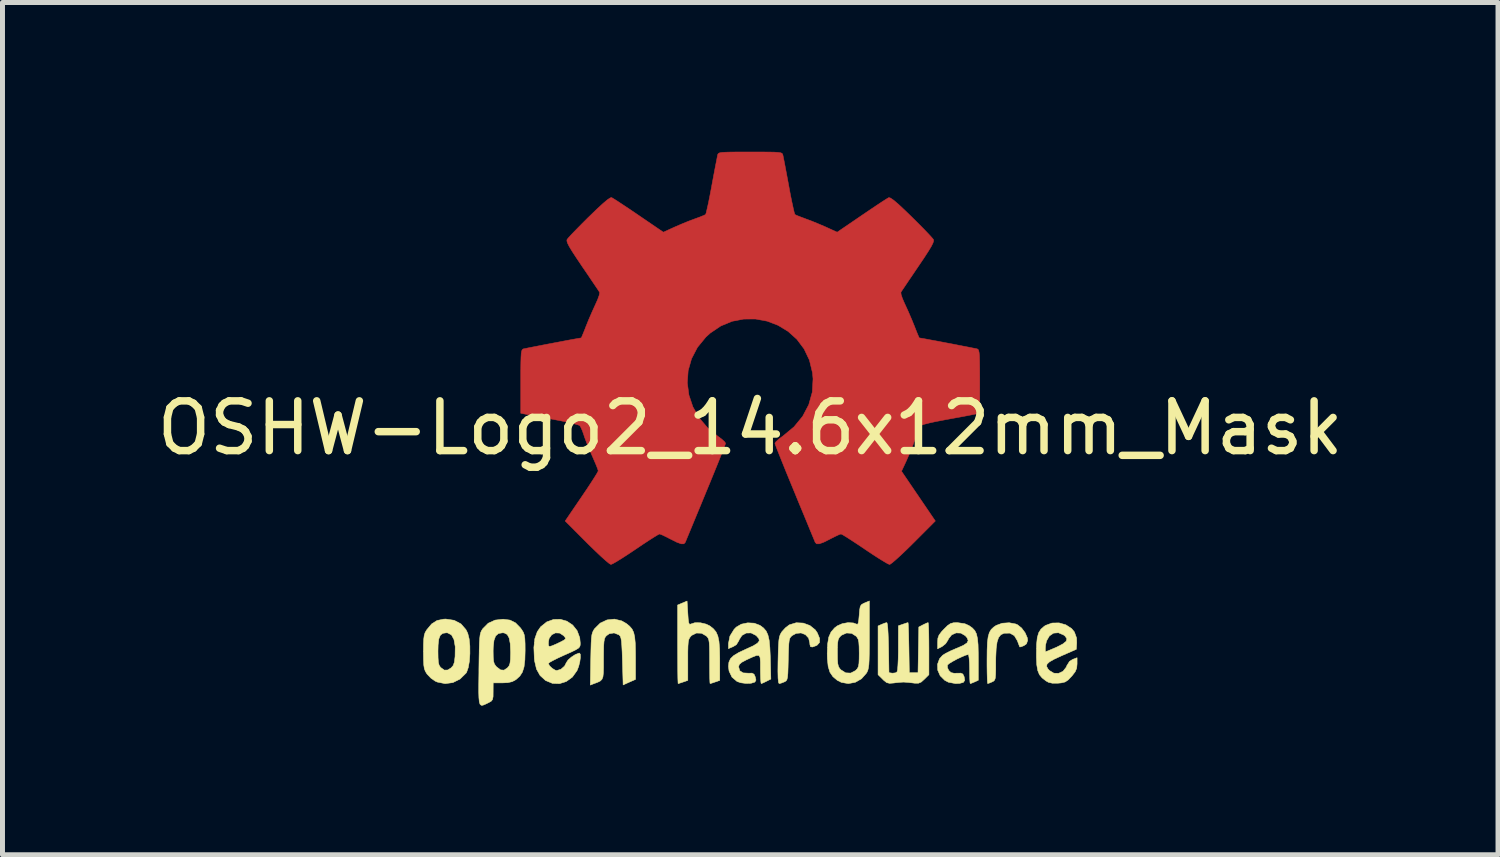
<source format=kicad_pcb>
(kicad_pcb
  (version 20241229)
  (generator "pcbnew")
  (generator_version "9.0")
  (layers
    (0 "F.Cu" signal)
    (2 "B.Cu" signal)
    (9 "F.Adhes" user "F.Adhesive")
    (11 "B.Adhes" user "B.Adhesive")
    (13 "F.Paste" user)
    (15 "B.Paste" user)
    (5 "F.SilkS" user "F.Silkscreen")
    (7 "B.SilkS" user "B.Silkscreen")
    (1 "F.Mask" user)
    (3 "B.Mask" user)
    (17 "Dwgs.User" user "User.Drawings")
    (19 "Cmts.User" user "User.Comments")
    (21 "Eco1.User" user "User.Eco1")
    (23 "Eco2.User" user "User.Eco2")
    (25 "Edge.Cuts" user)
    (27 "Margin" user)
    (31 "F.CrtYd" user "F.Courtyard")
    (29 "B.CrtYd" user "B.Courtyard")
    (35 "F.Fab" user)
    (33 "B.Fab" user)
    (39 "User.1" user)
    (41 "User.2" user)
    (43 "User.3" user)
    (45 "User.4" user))
  (footprint "OSHW-Logo2_14.6x12mm_Mask"
    (layer "F.Cu")
    (at 12.03 5.552)
    (property "Reference" "OSHW-Logo2_14.6x12mm_Mask" (at 0 0 0) (layer "F.SilkS") (effects (font (size 1 1) (thickness 0.15))))
    (attr exclude_from_pos_files exclude_from_bom)
    (fp_poly (pts (xy 0.209 -5.547) (xy 0.367 -5.546) (xy 0.481 -5.544) (xy 0.559 -5.539) (xy 0.609 -5.532) (xy 0.636 -5.521) (xy 0.65 -5.505) (xy 0.656 -5.484) (xy 0.657 -5.481) (xy 0.667 -5.433) (xy 0.686 -5.337) (xy 0.711 -5.204) (xy 0.741 -5.045) (xy 0.774 -4.868) (xy 0.775 -4.862) (xy 0.807 -4.689) (xy 0.838 -4.537) (xy 0.865 -4.413) (xy 0.885 -4.328) (xy 0.898 -4.291) (xy 0.898 -4.29) (xy 0.935 -4.272) (xy 1.011 -4.242) (xy 1.109 -4.206) (xy 1.109 -4.205) (xy 1.233 -4.159) (xy 1.379 -4.099) (xy 1.517 -4.04) (xy 1.523 -4.037) (xy 1.747 -3.935) (xy 2.244 -4.274) (xy 2.396 -4.377) (xy 2.534 -4.47) (xy 2.649 -4.546) (xy 2.735 -4.601) (xy 2.782 -4.629) (xy 2.786 -4.631) (xy 2.82 -4.621) (xy 2.884 -4.577) (xy 2.98 -4.495) (xy 3.11 -4.373) (xy 3.243 -4.244) (xy 3.372 -4.116) (xy 3.487 -4) (xy 3.581 -3.902) (xy 3.648 -3.829) (xy 3.681 -3.79) (xy 3.682 -3.788) (xy 3.686 -3.76) (xy 3.672 -3.716) (xy 3.638 -3.648) (xy 3.579 -3.551) (xy 3.493 -3.418) (xy 3.378 -3.248) (xy 3.276 -3.097) (xy 3.185 -2.963) (xy 3.11 -2.851) (xy 3.056 -2.771) (xy 3.029 -2.73) (xy 3.028 -2.727) (xy 3.031 -2.687) (xy 3.056 -2.61) (xy 3.098 -2.511) (xy 3.113 -2.479) (xy 3.178 -2.337) (xy 3.247 -2.176) (xy 3.304 -2.036) (xy 3.344 -1.933) (xy 3.377 -1.854) (xy 3.395 -1.813) (xy 3.397 -1.81) (xy 3.432 -1.805) (xy 3.513 -1.791) (xy 3.629 -1.769) (xy 3.771 -1.743) (xy 3.927 -1.713) (xy 4.087 -1.683) (xy 4.239 -1.653) (xy 4.374 -1.627) (xy 4.479 -1.606) (xy 4.546 -1.593) (xy 4.562 -1.589) (xy 4.579 -1.579) (xy 4.591 -1.557) (xy 4.6 -1.516) (xy 4.607 -1.449) (xy 4.61 -1.347) (xy 4.612 -1.204) (xy 4.613 -1.013) (xy 4.613 -0.934) (xy 4.613 -0.296) (xy 4.46 -0.266) (xy 4.374 -0.249) (xy 4.247 -0.225) (xy 4.093 -0.197) (xy 3.929 -0.167) (xy 3.883 -0.158) (xy 3.731 -0.129) (xy 3.598 -0.1) (xy 3.497 -0.074) (xy 3.437 -0.054) (xy 3.427 -0.048) (xy 3.402 -0.005) (xy 3.367 0.076) (xy 3.328 0.182) (xy 3.32 0.204) (xy 3.269 0.345) (xy 3.206 0.504) (xy 3.144 0.646) (xy 3.144 0.647) (xy 3.04 0.87) (xy 3.72 1.87) (xy 3.284 2.307) (xy 3.152 2.437) (xy 3.031 2.552) (xy 2.929 2.645) (xy 2.852 2.711) (xy 2.807 2.742) (xy 2.801 2.744) (xy 2.763 2.729) (xy 2.686 2.684) (xy 2.577 2.617) (xy 2.447 2.533) (xy 2.305 2.438) (xy 2.161 2.341) (xy 2.033 2.257) (xy 1.929 2.19) (xy 1.857 2.147) (xy 1.824 2.131) (xy 1.785 2.144) (xy 1.71 2.179) (xy 1.614 2.227) (xy 1.604 2.233) (xy 1.476 2.297) (xy 1.389 2.328) (xy 1.334 2.329) (xy 1.306 2.3) (xy 1.305 2.299) (xy 1.291 2.264) (xy 1.257 2.182) (xy 1.206 2.059) (xy 1.141 1.9) (xy 1.064 1.714) (xy 0.977 1.505) (xy 0.894 1.302) (xy 0.802 1.079) (xy 0.717 0.872) (xy 0.643 0.688) (xy 0.581 0.533) (xy 0.534 0.414) (xy 0.505 0.336) (xy 0.496 0.307) (xy 0.519 0.274) (xy 0.577 0.221) (xy 0.656 0.163) (xy 0.879 -0.022) (xy 1.053 -0.234) (xy 1.176 -0.468) (xy 1.247 -0.721) (xy 1.262 -0.987) (xy 1.251 -1.109) (xy 1.189 -1.364) (xy 1.082 -1.589) (xy 0.937 -1.782) (xy 0.76 -1.941) (xy 0.559 -2.063) (xy 0.339 -2.147) (xy 0.107 -2.19) (xy -0.13 -2.189) (xy -0.365 -2.144) (xy -0.592 -2.05) (xy -0.804 -1.907) (xy -0.892 -1.827) (xy -1.062 -1.619) (xy -1.18 -1.392) (xy -1.248 -1.153) (xy -1.265 -0.907) (xy -1.233 -0.662) (xy -1.153 -0.424) (xy -1.025 -0.2) (xy -0.851 0.003) (xy -0.656 0.163) (xy -0.574 0.224) (xy -0.517 0.276) (xy -0.496 0.307) (xy -0.507 0.342) (xy -0.538 0.423) (xy -0.586 0.546) (xy -0.649 0.704) (xy -0.725 0.891) (xy -0.81 1.099) (xy -0.894 1.302) (xy -0.986 1.526) (xy -1.072 1.733) (xy -1.148 1.917) (xy -1.212 2.072) (xy -1.262 2.192) (xy -1.294 2.27) (xy -1.306 2.299) (xy -1.334 2.329) (xy -1.388 2.329) (xy -1.476 2.297) (xy -1.603 2.233) (xy -1.604 2.233) (xy -1.701 2.183) (xy -1.778 2.147) (xy -1.822 2.131) (xy -1.824 2.131) (xy -1.857 2.147) (xy -1.93 2.191) (xy -2.035 2.258) (xy -2.163 2.342) (xy -2.305 2.438) (xy -2.45 2.535) (xy -2.58 2.619) (xy -2.688 2.686) (xy -2.764 2.729) (xy -2.801 2.744) (xy -2.835 2.724) (xy -2.902 2.669) (xy -2.997 2.584) (xy -3.112 2.475) (xy -3.242 2.349) (xy -3.284 2.307) (xy -3.72 1.87) (xy -3.388 1.382) (xy -3.287 1.233) (xy -3.198 1.098) (xy -3.127 0.987) (xy -3.078 0.907) (xy -3.056 0.865) (xy -3.056 0.862) (xy -3.067 0.823) (xy -3.098 0.744) (xy -3.143 0.639) (xy -3.174 0.568) (xy -3.233 0.433) (xy -3.289 0.296) (xy -3.332 0.181) (xy -3.343 0.146) (xy -3.376 0.052) (xy -3.409 -0.02) (xy -3.427 -0.048) (xy -3.466 -0.064) (xy -3.552 -0.088) (xy -3.673 -0.116) (xy -3.818 -0.146) (xy -3.883 -0.158) (xy -4.048 -0.189) (xy -4.206 -0.218) (xy -4.343 -0.243) (xy -4.441 -0.262) (xy -4.46 -0.266) (xy -4.613 -0.296) (xy -4.613 -0.934) (xy -4.613 -1.144) (xy -4.611 -1.303) (xy -4.608 -1.418) (xy -4.603 -1.497) (xy -4.595 -1.546) (xy -4.583 -1.573) (xy -4.568 -1.586) (xy -4.562 -1.589) (xy -4.524 -1.597) (xy -4.44 -1.614) (xy -4.321 -1.637) (xy -4.178 -1.665) (xy -4.022 -1.695) (xy -3.862 -1.725) (xy -3.711 -1.754) (xy -3.578 -1.779) (xy -3.475 -1.797) (xy -3.412 -1.808) (xy -3.397 -1.81) (xy -3.385 -1.835) (xy -3.357 -1.902) (xy -3.318 -1.999) (xy -3.304 -2.036) (xy -3.245 -2.182) (xy -3.175 -2.343) (xy -3.113 -2.479) (xy -3.067 -2.582) (xy -3.036 -2.668) (xy -3.026 -2.72) (xy -3.028 -2.727) (xy -3.049 -2.76) (xy -3.098 -2.833) (xy -3.17 -2.939) (xy -3.258 -3.07) (xy -3.359 -3.218) (xy -3.379 -3.247) (xy -3.495 -3.42) (xy -3.581 -3.552) (xy -3.639 -3.648) (xy -3.673 -3.716) (xy -3.686 -3.76) (xy -3.683 -3.787) (xy -3.683 -3.787) (xy -3.654 -3.823) (xy -3.59 -3.893) (xy -3.498 -3.988) (xy -3.385 -4.103) (xy -3.258 -4.23) (xy -3.243 -4.244) (xy -3.083 -4.399) (xy -2.959 -4.513) (xy -2.87 -4.588) (xy -2.812 -4.626) (xy -2.786 -4.631) (xy -2.749 -4.609) (xy -2.671 -4.56) (xy -2.562 -4.488) (xy -2.428 -4.399) (xy -2.279 -4.298) (xy -2.244 -4.274) (xy -1.747 -3.935) (xy -1.523 -4.037) (xy -1.387 -4.096) (xy -1.241 -4.156) (xy -1.115 -4.203) (xy -1.109 -4.205) (xy -1.011 -4.241) (xy -0.935 -4.272) (xy -0.898 -4.29) (xy -0.898 -4.29) (xy -0.886 -4.323) (xy -0.867 -4.405) (xy -0.84 -4.525) (xy -0.81 -4.676) (xy -0.777 -4.848) (xy -0.775 -4.862) (xy -0.742 -5.039) (xy -0.712 -5.199) (xy -0.686 -5.333) (xy -0.667 -5.43) (xy -0.657 -5.481) (xy -0.657 -5.481) (xy -0.651 -5.503) (xy -0.638 -5.519) (xy -0.613 -5.531) (xy -0.566 -5.539) (xy -0.492 -5.543) (xy -0.382 -5.546) (xy -0.229 -5.547) (xy -0.026 -5.547) (xy 0 -5.547) (xy 0.209 -5.547)) (stroke (width 0.01) (type solid)) (fill yes) (layer "F.Cu"))
    (fp_poly (pts (xy 0.209 -5.547) (xy 0.367 -5.546) (xy 0.481 -5.544) (xy 0.559 -5.539) (xy 0.609 -5.532) (xy 0.636 -5.521) (xy 0.65 -5.505) (xy 0.656 -5.484) (xy 0.657 -5.481) (xy 0.667 -5.433) (xy 0.686 -5.337) (xy 0.711 -5.204) (xy 0.741 -5.045) (xy 0.774 -4.868) (xy 0.775 -4.862) (xy 0.807 -4.689) (xy 0.838 -4.537) (xy 0.865 -4.413) (xy 0.885 -4.328) (xy 0.898 -4.291) (xy 0.898 -4.29) (xy 0.935 -4.272) (xy 1.011 -4.242) (xy 1.109 -4.206) (xy 1.109 -4.205) (xy 1.233 -4.159) (xy 1.379 -4.099) (xy 1.517 -4.04) (xy 1.523 -4.037) (xy 1.747 -3.935) (xy 2.244 -4.274) (xy 2.396 -4.377) (xy 2.534 -4.47) (xy 2.649 -4.546) (xy 2.735 -4.601) (xy 2.782 -4.629) (xy 2.786 -4.631) (xy 2.82 -4.621) (xy 2.884 -4.577) (xy 2.98 -4.495) (xy 3.11 -4.373) (xy 3.243 -4.244) (xy 3.372 -4.116) (xy 3.487 -4) (xy 3.581 -3.902) (xy 3.648 -3.829) (xy 3.681 -3.79) (xy 3.682 -3.788) (xy 3.686 -3.76) (xy 3.672 -3.716) (xy 3.638 -3.648) (xy 3.579 -3.551) (xy 3.493 -3.418) (xy 3.378 -3.248) (xy 3.276 -3.097) (xy 3.185 -2.963) (xy 3.11 -2.851) (xy 3.056 -2.771) (xy 3.029 -2.73) (xy 3.028 -2.727) (xy 3.031 -2.687) (xy 3.056 -2.61) (xy 3.098 -2.511) (xy 3.113 -2.479) (xy 3.178 -2.337) (xy 3.247 -2.176) (xy 3.304 -2.036) (xy 3.344 -1.933) (xy 3.377 -1.854) (xy 3.395 -1.813) (xy 3.397 -1.81) (xy 3.432 -1.805) (xy 3.513 -1.791) (xy 3.629 -1.769) (xy 3.771 -1.743) (xy 3.927 -1.713) (xy 4.087 -1.683) (xy 4.239 -1.653) (xy 4.374 -1.627) (xy 4.479 -1.606) (xy 4.546 -1.593) (xy 4.562 -1.589) (xy 4.579 -1.579) (xy 4.591 -1.557) (xy 4.6 -1.516) (xy 4.607 -1.449) (xy 4.61 -1.347) (xy 4.612 -1.204) (xy 4.613 -1.013) (xy 4.613 -0.934) (xy 4.613 -0.296) (xy 4.46 -0.266) (xy 4.374 -0.249) (xy 4.247 -0.225) (xy 4.093 -0.197) (xy 3.929 -0.167) (xy 3.883 -0.158) (xy 3.731 -0.129) (xy 3.598 -0.1) (xy 3.497 -0.074) (xy 3.437 -0.054) (xy 3.427 -0.048) (xy 3.402 -0.005) (xy 3.367 0.076) (xy 3.328 0.182) (xy 3.32 0.204) (xy 3.269 0.345) (xy 3.206 0.504) (xy 3.144 0.646) (xy 3.144 0.647) (xy 3.04 0.87) (xy 3.72 1.87) (xy 3.284 2.307) (xy 3.152 2.437) (xy 3.031 2.552) (xy 2.929 2.645) (xy 2.852 2.711) (xy 2.807 2.742) (xy 2.801 2.744) (xy 2.763 2.729) (xy 2.686 2.684) (xy 2.577 2.617) (xy 2.447 2.533) (xy 2.305 2.438) (xy 2.161 2.341) (xy 2.033 2.257) (xy 1.929 2.19) (xy 1.857 2.147) (xy 1.824 2.131) (xy 1.785 2.144) (xy 1.71 2.179) (xy 1.614 2.227) (xy 1.604 2.233) (xy 1.476 2.297) (xy 1.389 2.328) (xy 1.334 2.329) (xy 1.306 2.3) (xy 1.305 2.299) (xy 1.291 2.264) (xy 1.257 2.182) (xy 1.206 2.059) (xy 1.141 1.9) (xy 1.064 1.714) (xy 0.977 1.505) (xy 0.894 1.302) (xy 0.802 1.079) (xy 0.717 0.872) (xy 0.643 0.688) (xy 0.581 0.533) (xy 0.534 0.414) (xy 0.505 0.336) (xy 0.496 0.307) (xy 0.519 0.274) (xy 0.577 0.221) (xy 0.656 0.163) (xy 0.879 -0.022) (xy 1.053 -0.234) (xy 1.176 -0.468) (xy 1.247 -0.721) (xy 1.262 -0.987) (xy 1.251 -1.109) (xy 1.189 -1.364) (xy 1.082 -1.589) (xy 0.937 -1.782) (xy 0.76 -1.941) (xy 0.559 -2.063) (xy 0.339 -2.147) (xy 0.107 -2.19) (xy -0.13 -2.189) (xy -0.365 -2.144) (xy -0.592 -2.05) (xy -0.804 -1.907) (xy -0.892 -1.827) (xy -1.062 -1.619) (xy -1.18 -1.392) (xy -1.248 -1.153) (xy -1.265 -0.907) (xy -1.233 -0.662) (xy -1.153 -0.424) (xy -1.025 -0.2) (xy -0.851 0.003) (xy -0.656 0.163) (xy -0.574 0.224) (xy -0.517 0.276) (xy -0.496 0.307) (xy -0.507 0.342) (xy -0.538 0.423) (xy -0.586 0.546) (xy -0.649 0.704) (xy -0.725 0.891) (xy -0.81 1.099) (xy -0.894 1.302) (xy -0.986 1.526) (xy -1.072 1.733) (xy -1.148 1.917) (xy -1.212 2.072) (xy -1.262 2.192) (xy -1.294 2.27) (xy -1.306 2.299) (xy -1.334 2.329) (xy -1.388 2.329) (xy -1.476 2.297) (xy -1.603 2.233) (xy -1.604 2.233) (xy -1.701 2.183) (xy -1.778 2.147) (xy -1.822 2.131) (xy -1.824 2.131) (xy -1.857 2.147) (xy -1.93 2.191) (xy -2.035 2.258) (xy -2.163 2.342) (xy -2.305 2.438) (xy -2.45 2.535) (xy -2.58 2.619) (xy -2.688 2.686) (xy -2.764 2.729) (xy -2.801 2.744) (xy -2.835 2.724) (xy -2.902 2.669) (xy -2.997 2.584) (xy -3.112 2.475) (xy -3.242 2.349) (xy -3.284 2.307) (xy -3.72 1.87) (xy -3.388 1.382) (xy -3.287 1.233) (xy -3.198 1.098) (xy -3.127 0.987) (xy -3.078 0.907) (xy -3.056 0.865) (xy -3.056 0.862) (xy -3.067 0.823) (xy -3.098 0.744) (xy -3.143 0.639) (xy -3.174 0.568) (xy -3.233 0.433) (xy -3.289 0.296) (xy -3.332 0.181) (xy -3.343 0.146) (xy -3.376 0.052) (xy -3.409 -0.02) (xy -3.427 -0.048) (xy -3.466 -0.064) (xy -3.552 -0.088) (xy -3.673 -0.116) (xy -3.818 -0.146) (xy -3.883 -0.158) (xy -4.048 -0.189) (xy -4.206 -0.218) (xy -4.343 -0.243) (xy -4.441 -0.262) (xy -4.46 -0.266) (xy -4.613 -0.296) (xy -4.613 -0.934) (xy -4.613 -1.144) (xy -4.611 -1.303) (xy -4.608 -1.418) (xy -4.603 -1.497) (xy -4.595 -1.546) (xy -4.583 -1.573) (xy -4.568 -1.586) (xy -4.562 -1.589) (xy -4.524 -1.597) (xy -4.44 -1.614) (xy -4.321 -1.637) (xy -4.178 -1.665) (xy -4.022 -1.695) (xy -3.862 -1.725) (xy -3.711 -1.754) (xy -3.578 -1.779) (xy -3.475 -1.797) (xy -3.412 -1.808) (xy -3.397 -1.81) (xy -3.385 -1.835) (xy -3.357 -1.902) (xy -3.318 -1.999) (xy -3.304 -2.036) (xy -3.245 -2.182) (xy -3.175 -2.343) (xy -3.113 -2.479) (xy -3.067 -2.582) (xy -3.036 -2.668) (xy -3.026 -2.72) (xy -3.028 -2.727) (xy -3.049 -2.76) (xy -3.098 -2.833) (xy -3.17 -2.939) (xy -3.258 -3.07) (xy -3.359 -3.218) (xy -3.379 -3.247) (xy -3.495 -3.42) (xy -3.581 -3.552) (xy -3.639 -3.648) (xy -3.673 -3.716) (xy -3.686 -3.76) (xy -3.683 -3.787) (xy -3.683 -3.787) (xy -3.654 -3.823) (xy -3.59 -3.893) (xy -3.498 -3.988) (xy -3.385 -4.103) (xy -3.258 -4.23) (xy -3.243 -4.244) (xy -3.083 -4.399) (xy -2.959 -4.513) (xy -2.87 -4.588) (xy -2.812 -4.626) (xy -2.786 -4.631) (xy -2.749 -4.609) (xy -2.671 -4.56) (xy -2.562 -4.488) (xy -2.428 -4.399) (xy -2.279 -4.298) (xy -2.244 -4.274) (xy -1.747 -3.935) (xy -1.523 -4.037) (xy -1.387 -4.096) (xy -1.241 -4.156) (xy -1.115 -4.203) (xy -1.109 -4.205) (xy -1.011 -4.241) (xy -0.935 -4.272) (xy -0.898 -4.29) (xy -0.898 -4.29) (xy -0.886 -4.323) (xy -0.867 -4.405) (xy -0.84 -4.525) (xy -0.81 -4.676) (xy -0.777 -4.848) (xy -0.775 -4.862) (xy -0.742 -5.039) (xy -0.712 -5.199) (xy -0.686 -5.333) (xy -0.667 -5.43) (xy -0.657 -5.481) (xy -0.657 -5.481) (xy -0.651 -5.503) (xy -0.638 -5.519) (xy -0.613 -5.531) (xy -0.566 -5.539) (xy -0.492 -5.543) (xy -0.382 -5.546) (xy -0.229 -5.547) (xy -0.026 -5.547) (xy 0 -5.547) (xy 0.209 -5.547)) (stroke (width 0.01) (type solid)) (fill yes) (layer "F.Mask"))
    (fp_poly (pts (xy 5.336 3.94) (xy 5.371 3.955) (xy 5.454 4.021) (xy 5.525 4.117) (xy 5.569 4.218) (xy 5.576 4.269) (xy 5.552 4.339) (xy 5.5 4.376) (xy 5.443 4.398) (xy 5.417 4.402) (xy 5.405 4.372) (xy 5.38 4.307) (xy 5.369 4.277) (xy 5.308 4.175) (xy 5.219 4.124) (xy 5.105 4.126) (xy 5.097 4.128) (xy 5.036 4.157) (xy 4.991 4.213) (xy 4.961 4.303) (xy 4.943 4.435) (xy 4.935 4.614) (xy 4.934 4.709) (xy 4.934 4.86) (xy 4.931 4.962) (xy 4.925 5.028) (xy 4.912 5.066) (xy 4.892 5.088) (xy 4.861 5.104) (xy 4.86 5.105) (xy 4.801 5.129) (xy 4.772 5.138) (xy 4.768 5.111) (xy 4.764 5.035) (xy 4.761 4.92) (xy 4.759 4.775) (xy 4.759 4.67) (xy 4.761 4.466) (xy 4.767 4.311) (xy 4.782 4.196) (xy 4.806 4.113) (xy 4.842 4.051) (xy 4.893 4.003) (xy 4.943 3.969) (xy 5.063 3.925) (xy 5.204 3.915) (xy 5.336 3.94)) (stroke (width 0.01) (type solid)) (fill yes) (layer "F.SilkS"))
    (fp_poly (pts (xy -2.583 3.878) (xy -2.489 3.932) (xy -2.424 3.986) (xy -2.376 4.042) (xy -2.343 4.111) (xy -2.323 4.202) (xy -2.311 4.327) (xy -2.307 4.493) (xy -2.306 4.613) (xy -2.306 5.054) (xy -2.431 5.109) (xy -2.555 5.165) (xy -2.569 4.682) (xy -2.575 4.502) (xy -2.582 4.371) (xy -2.589 4.281) (xy -2.6 4.222) (xy -2.614 4.185) (xy -2.634 4.163) (xy -2.64 4.158) (xy -2.736 4.12) (xy -2.833 4.135) (xy -2.89 4.175) (xy -2.914 4.203) (xy -2.93 4.241) (xy -2.94 4.297) (xy -2.946 4.383) (xy -2.948 4.51) (xy -2.949 4.641) (xy -2.949 4.806) (xy -2.952 4.923) (xy -2.961 5.002) (xy -2.981 5.052) (xy -3.015 5.086) (xy -3.068 5.112) (xy -3.138 5.138) (xy -3.215 5.168) (xy -3.206 4.649) (xy -3.202 4.463) (xy -3.198 4.324) (xy -3.192 4.226) (xy -3.183 4.156) (xy -3.169 4.107) (xy -3.15 4.067) (xy -3.127 4.033) (xy -3.015 3.922) (xy -2.878 3.858) (xy -2.73 3.842) (xy -2.583 3.878)) (stroke (width 0.01) (type solid)) (fill yes) (layer "F.SilkS"))
    (fp_poly (pts (xy 1.066 3.922) (xy 1.199 3.971) (xy 1.306 4.057) (xy 1.348 4.118) (xy 1.394 4.23) (xy 1.393 4.311) (xy 1.345 4.365) (xy 1.327 4.375) (xy 1.25 4.403) (xy 1.211 4.396) (xy 1.198 4.348) (xy 1.197 4.321) (xy 1.173 4.223) (xy 1.109 4.154) (xy 1.021 4.12) (xy 0.923 4.129) (xy 0.843 4.172) (xy 0.816 4.197) (xy 0.796 4.227) (xy 0.783 4.273) (xy 0.775 4.343) (xy 0.77 4.45) (xy 0.765 4.602) (xy 0.764 4.65) (xy 0.76 4.815) (xy 0.756 4.931) (xy 0.749 5.008) (xy 0.738 5.055) (xy 0.722 5.082) (xy 0.698 5.098) (xy 0.683 5.105) (xy 0.618 5.13) (xy 0.58 5.138) (xy 0.567 5.111) (xy 0.559 5.029) (xy 0.556 4.89) (xy 0.558 4.694) (xy 0.559 4.664) (xy 0.563 4.485) (xy 0.569 4.355) (xy 0.576 4.262) (xy 0.587 4.198) (xy 0.603 4.151) (xy 0.626 4.111) (xy 0.637 4.094) (xy 0.705 4.019) (xy 0.78 3.961) (xy 0.789 3.956) (xy 0.924 3.915) (xy 1.066 3.922)) (stroke (width 0.01) (type solid)) (fill yes) (layer "F.SilkS"))
    (fp_poly (pts (xy 3.58 3.94) (xy 3.585 4.017) (xy 3.588 4.133) (xy 3.59 4.281) (xy 3.591 4.435) (xy 3.591 4.959) (xy 3.499 5.051) (xy 3.435 5.108) (xy 3.379 5.131) (xy 3.303 5.13) (xy 3.272 5.126) (xy 3.178 5.115) (xy 3.099 5.109) (xy 3.08 5.108) (xy 3.016 5.112) (xy 2.924 5.121) (xy 2.888 5.126) (xy 2.8 5.133) (xy 2.741 5.118) (xy 2.683 5.072) (xy 2.662 5.051) (xy 2.569 4.959) (xy 2.569 3.98) (xy 2.644 3.946) (xy 2.708 3.921) (xy 2.745 3.912) (xy 2.755 3.94) (xy 2.764 4.018) (xy 2.771 4.136) (xy 2.777 4.288) (xy 2.78 4.416) (xy 2.788 4.919) (xy 2.858 4.929) (xy 2.921 4.922) (xy 2.952 4.9) (xy 2.961 4.858) (xy 2.968 4.77) (xy 2.974 4.645) (xy 2.977 4.496) (xy 2.977 4.419) (xy 2.978 3.976) (xy 3.07 3.944) (xy 3.135 3.922) (xy 3.17 3.912) (xy 3.171 3.912) (xy 3.175 3.94) (xy 3.179 4.016) (xy 3.183 4.133) (xy 3.186 4.279) (xy 3.189 4.416) (xy 3.197 4.919) (xy 3.372 4.919) (xy 3.38 4.46) (xy 3.388 4.001) (xy 3.474 3.956) (xy 3.537 3.926) (xy 3.574 3.912) (xy 3.575 3.912) (xy 3.58 3.94)) (stroke (width 0.01) (type solid)) (fill yes) (layer "F.SilkS"))
    (fp_poly (pts (xy -1.255 3.724) (xy -1.247 3.843) (xy -1.237 3.914) (xy -1.223 3.944) (xy -1.203 3.945) (xy -1.197 3.941) (xy -1.111 3.914) (xy -0.999 3.916) (xy -0.886 3.943) (xy -0.814 3.978) (xy -0.742 4.035) (xy -0.688 4.099) (xy -0.652 4.18) (xy -0.629 4.288) (xy -0.617 4.433) (xy -0.613 4.624) (xy -0.613 4.661) (xy -0.613 5.074) (xy -0.705 5.106) (xy -0.77 5.128) (xy -0.806 5.138) (xy -0.807 5.138) (xy -0.811 5.111) (xy -0.814 5.035) (xy -0.816 4.921) (xy -0.817 4.778) (xy -0.817 4.691) (xy -0.818 4.52) (xy -0.82 4.397) (xy -0.825 4.313) (xy -0.834 4.258) (xy -0.849 4.221) (xy -0.871 4.193) (xy -0.885 4.18) (xy -0.979 4.126) (xy -1.082 4.122) (xy -1.175 4.168) (xy -1.192 4.184) (xy -1.217 4.215) (xy -1.235 4.252) (xy -1.246 4.304) (xy -1.252 4.384) (xy -1.255 4.501) (xy -1.255 4.663) (xy -1.255 5.074) (xy -1.347 5.106) (xy -1.413 5.128) (xy -1.448 5.138) (xy -1.45 5.138) (xy -1.452 5.11) (xy -1.455 5.032) (xy -1.457 4.909) (xy -1.458 4.751) (xy -1.459 4.565) (xy -1.46 4.358) (xy -1.46 4.349) (xy -1.46 3.559) (xy -1.365 3.519) (xy -1.27 3.479) (xy -1.255 3.724)) (stroke (width 0.01) (type solid)) (fill yes) (layer "F.SilkS"))
    (fp_poly (pts (xy -5.952 3.866) (xy -5.815 3.938) (xy -5.714 4.054) (xy -5.678 4.128) (xy -5.65 4.24) (xy -5.636 4.381) (xy -5.635 4.535) (xy -5.645 4.686) (xy -5.668 4.816) (xy -5.701 4.91) (xy -5.711 4.926) (xy -5.833 5.046) (xy -5.977 5.118) (xy -6.133 5.139) (xy -6.291 5.107) (xy -6.335 5.087) (xy -6.42 5.027) (xy -6.496 4.947) (xy -6.503 4.937) (xy -6.532 4.888) (xy -6.551 4.836) (xy -6.562 4.767) (xy -6.567 4.669) (xy -6.569 4.528) (xy -6.569 4.496) (xy -6.569 4.486) (xy -6.277 4.486) (xy -6.275 4.619) (xy -6.269 4.708) (xy -6.255 4.765) (xy -6.231 4.804) (xy -6.219 4.817) (xy -6.149 4.867) (xy -6.081 4.865) (xy -6.012 4.822) (xy -5.971 4.775) (xy -5.947 4.708) (xy -5.934 4.601) (xy -5.933 4.589) (xy -5.93 4.396) (xy -5.955 4.253) (xy -6.005 4.16) (xy -6.082 4.119) (xy -6.109 4.117) (xy -6.181 4.128) (xy -6.23 4.167) (xy -6.26 4.242) (xy -6.274 4.361) (xy -6.277 4.486) (xy -6.569 4.486) (xy -6.568 4.346) (xy -6.563 4.241) (xy -6.553 4.168) (xy -6.536 4.114) (xy -6.509 4.067) (xy -6.503 4.058) (xy -6.404 3.939) (xy -6.296 3.87) (xy -6.164 3.843) (xy -6.119 3.841) (xy -5.952 3.866)) (stroke (width 0.01) (type solid)) (fill yes) (layer "F.SilkS"))
    (fp_poly (pts (xy 6.343 3.957) (xy 6.459 4.032) (xy 6.515 4.1) (xy 6.559 4.222) (xy 6.562 4.319) (xy 6.554 4.449) (xy 6.255 4.58) (xy 6.11 4.647) (xy 6.015 4.701) (xy 5.965 4.747) (xy 5.957 4.793) (xy 5.984 4.843) (xy 6.014 4.876) (xy 6.102 4.929) (xy 6.198 4.932) (xy 6.286 4.891) (xy 6.351 4.809) (xy 6.362 4.78) (xy 6.418 4.69) (xy 6.482 4.651) (xy 6.569 4.618) (xy 6.569 4.743) (xy 6.561 4.828) (xy 6.531 4.9) (xy 6.468 4.982) (xy 6.458 4.993) (xy 6.388 5.066) (xy 6.327 5.106) (xy 6.251 5.124) (xy 6.188 5.13) (xy 6.075 5.131) (xy 5.995 5.113) (xy 5.945 5.085) (xy 5.867 5.024) (xy 5.812 4.958) (xy 5.778 4.874) (xy 5.759 4.762) (xy 5.752 4.609) (xy 5.752 4.531) (xy 5.754 4.438) (xy 5.93 4.438) (xy 5.932 4.488) (xy 5.937 4.496) (xy 5.971 4.485) (xy 6.043 4.455) (xy 6.14 4.414) (xy 6.16 4.405) (xy 6.282 4.342) (xy 6.35 4.288) (xy 6.364 4.237) (xy 6.329 4.185) (xy 6.3 4.162) (xy 6.194 4.116) (xy 6.095 4.124) (xy 6.013 4.18) (xy 5.956 4.279) (xy 5.937 4.357) (xy 5.93 4.438) (xy 5.754 4.438) (xy 5.755 4.349) (xy 5.769 4.215) (xy 5.797 4.117) (xy 5.842 4.045) (xy 5.907 3.988) (xy 5.935 3.969) (xy 6.065 3.921) (xy 6.206 3.918) (xy 6.343 3.957)) (stroke (width 0.01) (type solid)) (fill yes) (layer "F.SilkS"))
    (fp_poly (pts (xy 2.394 4.154) (xy 2.394 4.373) (xy 2.392 4.541) (xy 2.389 4.666) (xy 2.384 4.757) (xy 2.375 4.822) (xy 2.364 4.869) (xy 2.348 4.906) (xy 2.336 4.927) (xy 2.236 5.041) (xy 2.111 5.112) (xy 1.971 5.138) (xy 1.832 5.114) (xy 1.749 5.072) (xy 1.662 4.999) (xy 1.602 4.911) (xy 1.566 4.794) (xy 1.55 4.639) (xy 1.547 4.525) (xy 1.548 4.517) (xy 1.752 4.517) (xy 1.753 4.648) (xy 1.759 4.734) (xy 1.772 4.791) (xy 1.795 4.832) (xy 1.823 4.862) (xy 1.918 4.922) (xy 2.019 4.927) (xy 2.115 4.877) (xy 2.122 4.871) (xy 2.154 4.836) (xy 2.174 4.794) (xy 2.185 4.732) (xy 2.189 4.636) (xy 2.19 4.529) (xy 2.188 4.396) (xy 2.182 4.307) (xy 2.169 4.248) (xy 2.145 4.206) (xy 2.126 4.184) (xy 2.038 4.128) (xy 1.936 4.121) (xy 1.838 4.164) (xy 1.819 4.18) (xy 1.787 4.215) (xy 1.767 4.258) (xy 1.757 4.32) (xy 1.752 4.417) (xy 1.752 4.517) (xy 1.548 4.517) (xy 1.555 4.342) (xy 1.578 4.204) (xy 1.624 4.101) (xy 1.694 4.02) (xy 1.749 3.978) (xy 1.848 3.934) (xy 1.964 3.913) (xy 2.071 3.919) (xy 2.131 3.941) (xy 2.155 3.947) (xy 2.17 3.924) (xy 2.181 3.86) (xy 2.19 3.763) (xy 2.199 3.655) (xy 2.211 3.589) (xy 2.234 3.552) (xy 2.274 3.528) (xy 2.299 3.517) (xy 2.394 3.477) (xy 2.394 4.154)) (stroke (width 0.01) (type solid)) (fill yes) (layer "F.SilkS"))
    (fp_poly (pts (xy -3.684 3.885) (xy -3.569 3.962) (xy -3.48 4.074) (xy -3.427 4.216) (xy -3.417 4.321) (xy -3.418 4.365) (xy -3.428 4.398) (xy -3.456 4.428) (xy -3.511 4.461) (xy -3.601 4.505) (xy -3.736 4.565) (xy -3.737 4.565) (xy -3.861 4.622) (xy -3.963 4.673) (xy -4.032 4.711) (xy -4.058 4.733) (xy -4.058 4.733) (xy -4.035 4.78) (xy -3.982 4.831) (xy -3.921 4.868) (xy -3.889 4.876) (xy -3.805 4.85) (xy -3.732 4.786) (xy -3.696 4.716) (xy -3.662 4.664) (xy -3.595 4.605) (xy -3.516 4.554) (xy -3.446 4.527) (xy -3.432 4.525) (xy -3.415 4.55) (xy -3.414 4.614) (xy -3.426 4.701) (xy -3.449 4.793) (xy -3.48 4.873) (xy -3.482 4.877) (xy -3.575 5.007) (xy -3.696 5.095) (xy -3.833 5.139) (xy -3.975 5.134) (xy -4.112 5.077) (xy -4.118 5.073) (xy -4.225 4.975) (xy -4.296 4.848) (xy -4.335 4.682) (xy -4.34 4.635) (xy -4.349 4.413) (xy -4.338 4.31) (xy -4.058 4.31) (xy -4.055 4.375) (xy -4.035 4.393) (xy -3.985 4.379) (xy -3.907 4.346) (xy -3.819 4.304) (xy -3.817 4.303) (xy -3.743 4.264) (xy -3.713 4.238) (xy -3.721 4.211) (xy -3.751 4.175) (xy -3.83 4.123) (xy -3.915 4.119) (xy -3.991 4.157) (xy -4.043 4.23) (xy -4.058 4.31) (xy -4.338 4.31) (xy -4.33 4.236) (xy -4.281 4.096) (xy -4.213 3.997) (xy -4.09 3.898) (xy -3.954 3.849) (xy -3.816 3.846) (xy -3.684 3.885)) (stroke (width 0.01) (type solid)) (fill yes) (layer "F.SilkS"))
    (fp_poly (pts (xy 0.08 3.924) (xy 0.194 3.967) (xy 0.196 3.968) (xy 0.266 4.02) (xy 0.319 4.081) (xy 0.355 4.16) (xy 0.38 4.267) (xy 0.394 4.413) (xy 0.403 4.605) (xy 0.404 4.633) (xy 0.414 5.047) (xy 0.325 5.092) (xy 0.261 5.123) (xy 0.222 5.138) (xy 0.22 5.138) (xy 0.214 5.111) (xy 0.208 5.038) (xy 0.205 4.931) (xy 0.204 4.844) (xy 0.204 4.704) (xy 0.198 4.616) (xy 0.176 4.574) (xy 0.128 4.572) (xy 0.045 4.604) (xy -0.08 4.662) (xy -0.172 4.711) (xy -0.22 4.753) (xy -0.234 4.799) (xy -0.234 4.801) (xy -0.211 4.88) (xy -0.143 4.923) (xy -0.039 4.929) (xy 0.036 4.928) (xy 0.076 4.95) (xy 0.1 5.002) (xy 0.115 5.068) (xy 0.094 5.105) (xy 0.087 5.11) (xy 0.014 5.132) (xy -0.087 5.135) (xy -0.192 5.121) (xy -0.266 5.095) (xy -0.368 5.008) (xy -0.426 4.887) (xy -0.438 4.792) (xy -0.429 4.707) (xy -0.397 4.637) (xy -0.334 4.576) (xy -0.232 4.514) (xy -0.082 4.444) (xy -0.073 4.44) (xy 0.062 4.378) (xy 0.145 4.326) (xy 0.181 4.28) (xy 0.173 4.234) (xy 0.126 4.18) (xy 0.112 4.168) (xy 0.017 4.12) (xy -0.081 4.122) (xy -0.166 4.169) (xy -0.223 4.256) (xy -0.228 4.273) (xy -0.279 4.356) (xy -0.344 4.395) (xy -0.438 4.435) (xy -0.438 4.333) (xy -0.409 4.184) (xy -0.325 4.048) (xy -0.28 4.002) (xy -0.18 3.944) (xy -0.052 3.917) (xy 0.08 3.924)) (stroke (width 0.01) (type solid)) (fill yes) (layer "F.SilkS"))
    (fp_poly (pts (xy -4.828 3.862) (xy -4.717 3.918) (xy -4.618 4.02) (xy -4.591 4.058) (xy -4.561 4.107) (xy -4.542 4.161) (xy -4.531 4.233) (xy -4.526 4.337) (xy -4.525 4.474) (xy -4.53 4.662) (xy -4.547 4.803) (xy -4.58 4.908) (xy -4.632 4.988) (xy -4.706 5.055) (xy -4.711 5.059) (xy -4.785 5.099) (xy -4.873 5.119) (xy -4.985 5.124) (xy -5.167 5.124) (xy -5.168 5.301) (xy -5.169 5.399) (xy -5.18 5.457) (xy -5.207 5.492) (xy -5.258 5.521) (xy -5.271 5.527) (xy -5.329 5.555) (xy -5.374 5.573) (xy -5.407 5.574) (xy -5.431 5.554) (xy -5.446 5.506) (xy -5.454 5.424) (xy -5.458 5.303) (xy -5.457 5.136) (xy -5.454 4.919) (xy -5.454 4.854) (xy -5.451 4.63) (xy -5.448 4.483) (xy -5.168 4.483) (xy -5.166 4.607) (xy -5.159 4.689) (xy -5.143 4.743) (xy -5.115 4.784) (xy -5.096 4.804) (xy -5.018 4.863) (xy -4.949 4.868) (xy -4.877 4.819) (xy -4.876 4.817) (xy -4.847 4.78) (xy -4.829 4.728) (xy -4.82 4.65) (xy -4.817 4.529) (xy -4.817 4.503) (xy -4.824 4.337) (xy -4.846 4.222) (xy -4.885 4.151) (xy -4.945 4.12) (xy -4.979 4.117) (xy -5.061 4.131) (xy -5.118 4.181) (xy -5.151 4.27) (xy -5.166 4.407) (xy -5.168 4.483) (xy -5.448 4.483) (xy -5.448 4.456) (xy -5.444 4.325) (xy -5.438 4.23) (xy -5.43 4.162) (xy -5.419 4.115) (xy -5.404 4.079) (xy -5.385 4.048) (xy -5.377 4.036) (xy -5.267 3.925) (xy -5.129 3.862) (xy -4.968 3.844) (xy -4.828 3.862)) (stroke (width 0.01) (type solid)) (fill yes) (layer "F.SilkS"))
    (fp_poly (pts (xy 4.314 3.935) (xy 4.398 3.973) (xy 4.464 4.02) (xy 4.513 4.072) (xy 4.546 4.138) (xy 4.567 4.23) (xy 4.579 4.355) (xy 4.583 4.525) (xy 4.584 4.636) (xy 4.584 5.071) (xy 4.509 5.105) (xy 4.451 5.129) (xy 4.422 5.138) (xy 4.416 5.111) (xy 4.412 5.038) (xy 4.409 4.931) (xy 4.409 4.846) (xy 4.406 4.724) (xy 4.399 4.627) (xy 4.39 4.567) (xy 4.382 4.554) (xy 4.33 4.567) (xy 4.249 4.601) (xy 4.155 4.645) (xy 4.065 4.694) (xy 3.995 4.737) (xy 3.963 4.767) (xy 3.963 4.767) (xy 3.965 4.822) (xy 3.99 4.874) (xy 4.035 4.917) (xy 4.099 4.931) (xy 4.154 4.929) (xy 4.232 4.928) (xy 4.273 4.946) (xy 4.297 4.995) (xy 4.3 5.004) (xy 4.311 5.073) (xy 4.283 5.114) (xy 4.208 5.134) (xy 4.128 5.138) (xy 3.984 5.111) (xy 3.909 5.072) (xy 3.817 4.98) (xy 3.768 4.868) (xy 3.764 4.749) (xy 3.805 4.638) (xy 3.867 4.569) (xy 3.929 4.53) (xy 4.027 4.481) (xy 4.141 4.431) (xy 4.16 4.424) (xy 4.285 4.369) (xy 4.357 4.32) (xy 4.38 4.272) (xy 4.358 4.217) (xy 4.321 4.175) (xy 4.233 4.123) (xy 4.137 4.119) (xy 4.048 4.159) (xy 3.984 4.239) (xy 3.976 4.26) (xy 3.927 4.336) (xy 3.856 4.393) (xy 3.766 4.439) (xy 3.766 4.308) (xy 3.771 4.227) (xy 3.794 4.164) (xy 3.844 4.096) (xy 3.893 4.044) (xy 3.968 3.97) (xy 4.026 3.931) (xy 4.088 3.915) (xy 4.159 3.912) (xy 4.314 3.935)) (stroke (width 0.01) (type solid)) (fill yes) (layer "F.SilkS")))
  (gr_rect
    (start -3 -3)
    (end 27.06 14.131)
    (stroke (width 0.1) (type default))
    (fill no)
    (layer "Edge.Cuts")))
</source>
